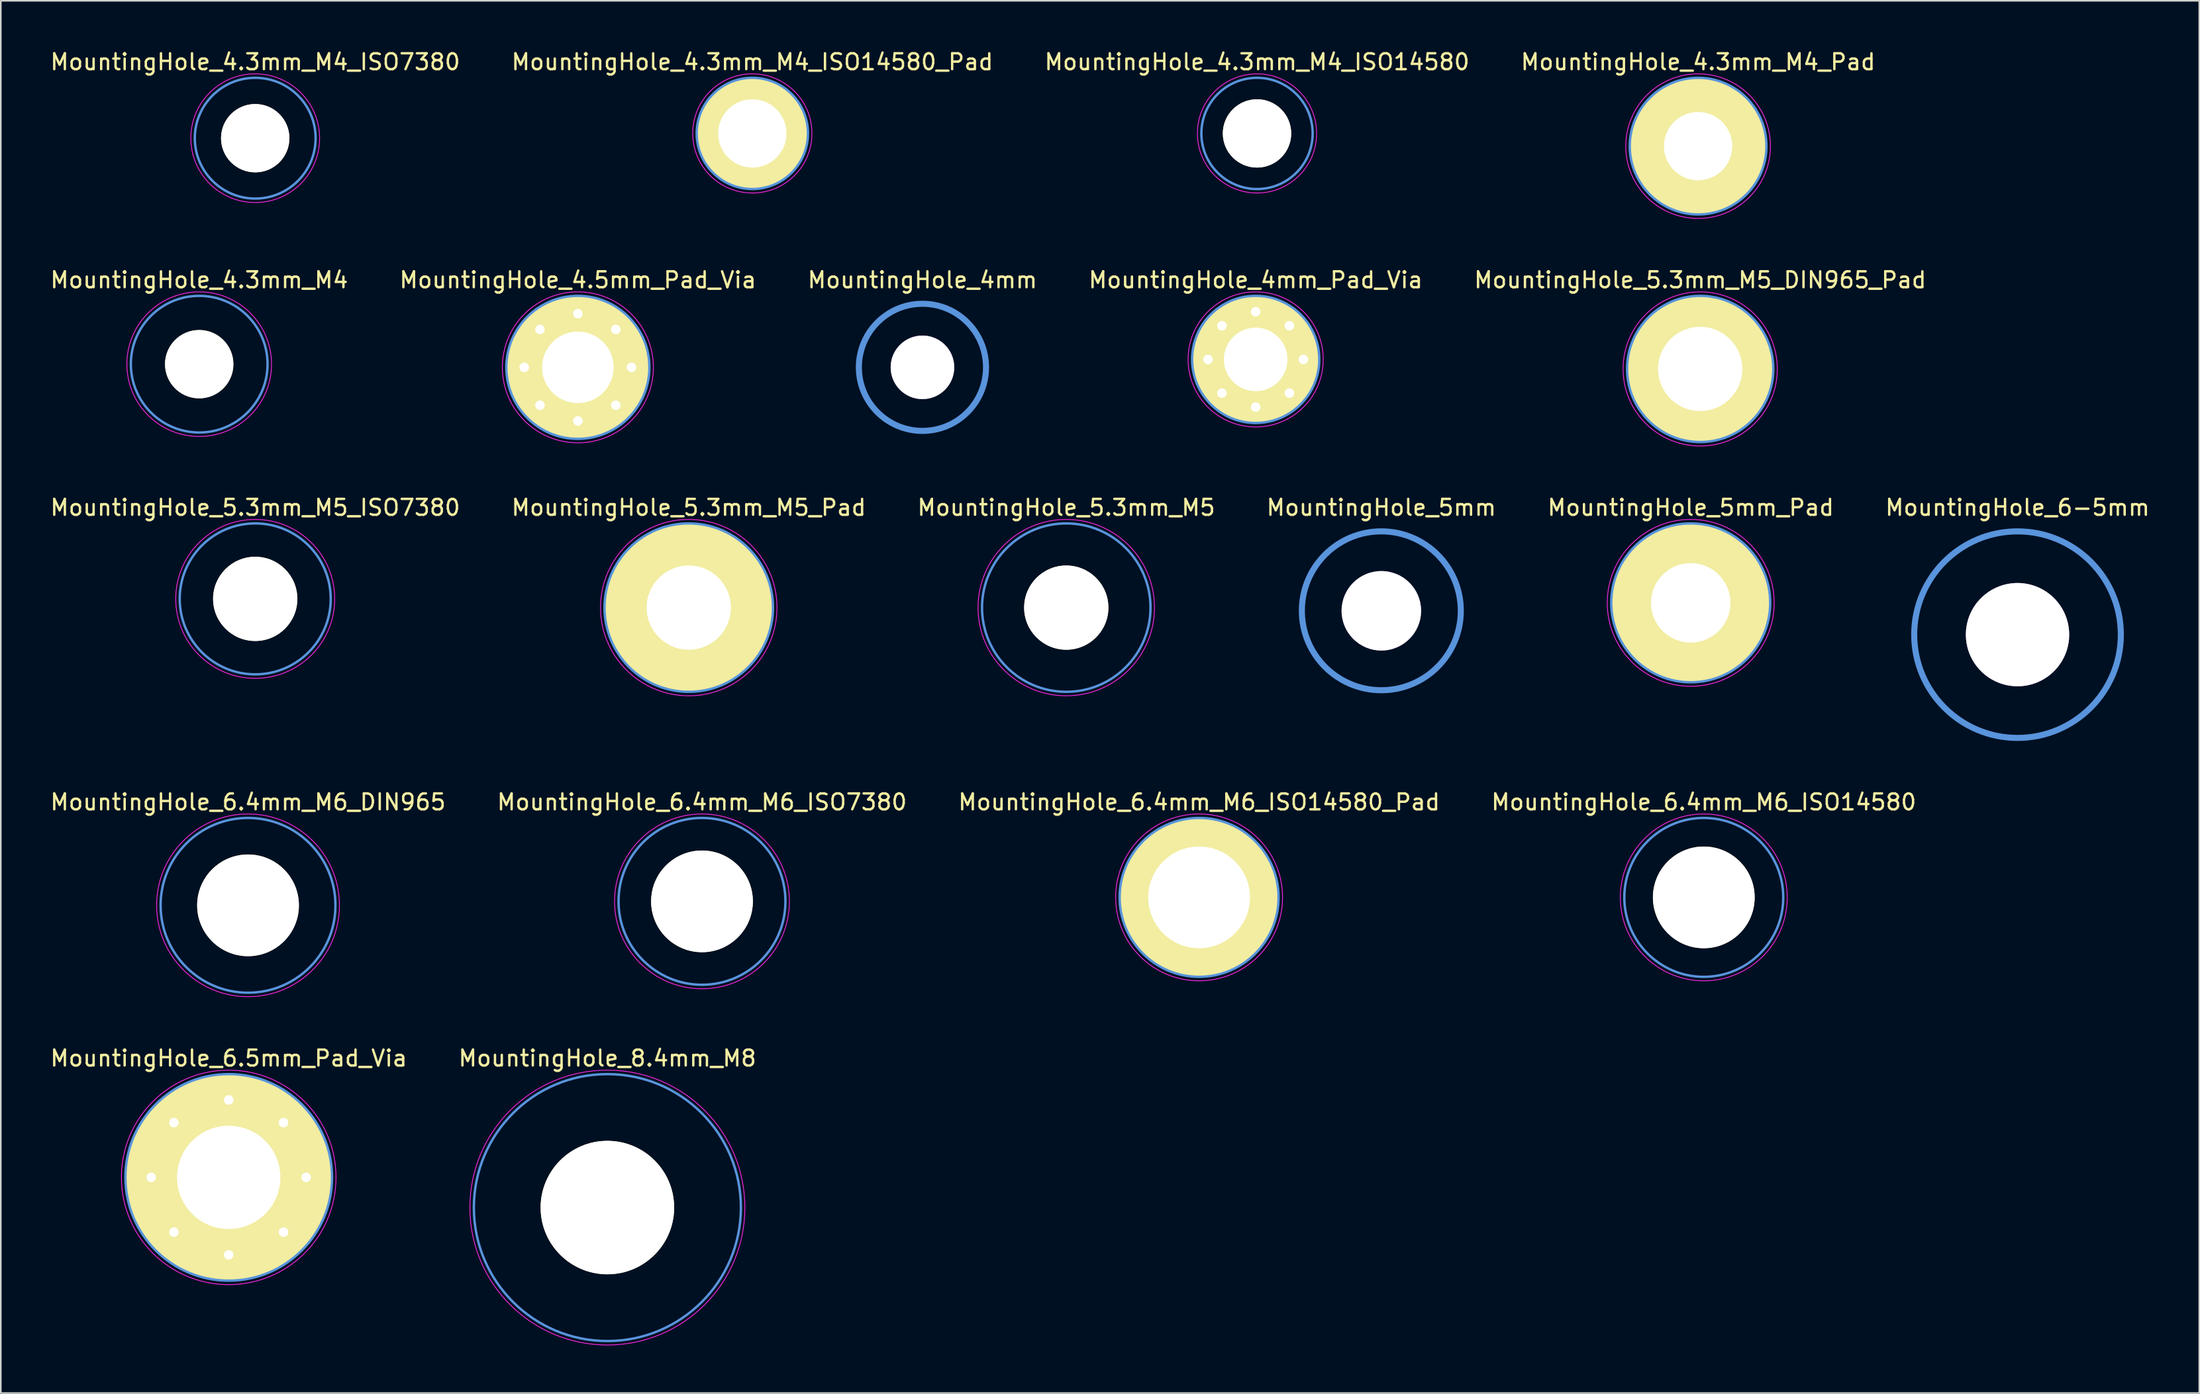
<source format=kicad_pcb>
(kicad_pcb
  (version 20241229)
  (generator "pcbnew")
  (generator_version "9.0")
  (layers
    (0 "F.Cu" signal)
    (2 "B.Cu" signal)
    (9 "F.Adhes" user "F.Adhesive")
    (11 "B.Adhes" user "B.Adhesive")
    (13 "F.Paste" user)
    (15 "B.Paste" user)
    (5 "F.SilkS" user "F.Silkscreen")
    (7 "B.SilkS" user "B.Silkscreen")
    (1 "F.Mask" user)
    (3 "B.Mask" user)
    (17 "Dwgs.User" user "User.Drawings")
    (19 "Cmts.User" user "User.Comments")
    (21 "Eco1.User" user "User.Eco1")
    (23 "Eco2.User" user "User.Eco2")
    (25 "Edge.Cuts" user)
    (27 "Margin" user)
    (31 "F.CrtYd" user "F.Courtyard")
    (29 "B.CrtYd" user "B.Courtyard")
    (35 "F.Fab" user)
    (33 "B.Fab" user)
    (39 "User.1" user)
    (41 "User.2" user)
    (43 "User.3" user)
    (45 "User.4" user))
  (footprint "MountingHole_4.3mm_M4"
    (layer "F.Cu")
    (at 9.482 19.872)
    (property "Reference" "MountingHole_4.3mm_M4" (at 0 -5.3 0) (layer "F.SilkS") (effects (font (size 1 1) (thickness 0.15))))
    (attr through_hole)
    (fp_circle (center 0 0) (end 4.3 0) (stroke (width 0.15) (type solid)) (fill no) (layer "Cmts.User"))
    (fp_circle (center 0 0) (end 4.55 0) (stroke (width 0.05) (type solid)) (fill no) (layer "F.CrtYd"))
    (pad "" np_thru_hole circle (at 0 0) (size 4.3 4.3) (drill 4.3) (layers "*.Cu" "*.Mask" "F.SilkS")))
  (footprint "MountingHole_4mm"
    (layer "F.Cu")
    (at 54.982 20.071)
    (property "Reference" "MountingHole_4mm" (at 0 -5.499 0) (layer "F.SilkS") (effects (font (size 1 1) (thickness 0.15))))
    (attr through_hole)
    (fp_circle (center 0 0) (end 4 0) (stroke (width 0.381) (type solid)) (fill no) (layer "Cmts.User"))
    (pad "" thru_hole circle (at 0 0) (size 4 4) (drill 4) (layers)))
  (footprint "MountingHole_5.3mm_M5_DIN965_Pad"
    (layer "F.Cu")
    (at 103.911 20.172)
    (property "Reference" "MountingHole_5.3mm_M5_DIN965_Pad" (at 0 -5.6 0) (layer "F.SilkS") (effects (font (size 1 1) (thickness 0.15))))
    (attr through_hole)
    (fp_circle (center 0 0) (end 4.6 0) (stroke (width 0.15) (type solid)) (fill no) (layer "Cmts.User"))
    (fp_circle (center 0 0) (end 4.85 0) (stroke (width 0.05) (type solid)) (fill no) (layer "F.CrtYd"))
    (pad "1" thru_hole circle (at 0 0) (size 9.2 9.2) (drill 5.3) (layers "*.Cu" "*.Mask" "F.SilkS")))
  (footprint "MountingHole_6.4mm_M6_DIN965"
    (layer "F.Cu")
    (at 12.554 53.934)
    (property "Reference" "MountingHole_6.4mm_M6_DIN965" (at 0 -6.5 0) (layer "F.SilkS") (effects (font (size 1 1) (thickness 0.15))))
    (attr through_hole)
    (fp_circle (center 0 0) (end 5.5 0) (stroke (width 0.15) (type solid)) (fill no) (layer "Cmts.User"))
    (fp_circle (center 0 0) (end 5.75 0) (stroke (width 0.05) (type solid)) (fill no) (layer "F.CrtYd"))
    (pad "" np_thru_hole circle (at 0 0) (size 6.4 6.4) (drill 6.4) (layers "*.Cu" "*.Mask" "F.SilkS")))
  (footprint "MountingHole_6-5mm"
    (layer "F.Cu")
    (at 123.875 36.896)
    (property "Reference" "MountingHole_6-5mm" (at 0 -8.001 0) (layer "F.SilkS") (effects (font (size 1 1) (thickness 0.15))))
    (attr through_hole)
    (fp_circle (center 0 0) (end 6.5 0) (stroke (width 0.381) (type solid)) (fill no) (layer "Cmts.User"))
    (pad "" thru_hole circle (at 0 0) (size 6.5 6.5) (drill 6.5) (layers)))
  (footprint "MountingHole_5.3mm_M5"
    (layer "F.Cu")
    (at 64.03 35.195)
    (property "Reference" "MountingHole_5.3mm_M5" (at 0 -6.3 0) (layer "F.SilkS") (effects (font (size 1 1) (thickness 0.15))))
    (attr through_hole)
    (fp_circle (center 0 0) (end 5.3 0) (stroke (width 0.15) (type solid)) (fill no) (layer "Cmts.User"))
    (fp_circle (center 0 0) (end 5.55 0) (stroke (width 0.05) (type solid)) (fill no) (layer "F.CrtYd"))
    (pad "" np_thru_hole circle (at 0 0) (size 5.3 5.3) (drill 5.3) (layers "*.Cu" "*.Mask" "F.SilkS")))
  (footprint "MountingHole_6.5mm_Pad_Via"
    (layer "F.Cu")
    (at 11.339 71.058)
    (property "Reference" "MountingHole_6.5mm_Pad_Via" (at 0 -7.5 0) (layer "F.SilkS") (effects (font (size 1 1) (thickness 0.15))))
    (attr through_hole)
    (fp_circle (center 0 0) (end 6.5 0) (stroke (width 0.15) (type solid)) (fill no) (layer "Cmts.User"))
    (fp_circle (center 0 0) (end 6.75 0) (stroke (width 0.05) (type solid)) (fill no) (layer "F.CrtYd"))
    (pad "" thru_hole circle (at -4.875 0) (size 0.7 0.7) (drill 0.6) (layers "*.Cu" "*.Mask"))
    (pad "" thru_hole circle (at -3.447 -3.447) (size 0.7 0.7) (drill 0.6) (layers "*.Cu" "*.Mask"))
    (pad "" thru_hole circle (at -3.447 3.447) (size 0.7 0.7) (drill 0.6) (layers "*.Cu" "*.Mask"))
    (pad "" thru_hole circle (at 0 -4.875) (size 0.7 0.7) (drill 0.6) (layers "*.Cu" "*.Mask"))
    (pad "" thru_hole circle (at 0 4.875) (size 0.7 0.7) (drill 0.6) (layers "*.Cu" "*.Mask"))
    (pad "" thru_hole circle (at 3.447 -3.447) (size 0.7 0.7) (drill 0.6) (layers "*.Cu" "*.Mask"))
    (pad "" thru_hole circle (at 3.447 3.447) (size 0.7 0.7) (drill 0.6) (layers "*.Cu" "*.Mask"))
    (pad "" thru_hole circle (at 4.875 0) (size 0.7 0.7) (drill 0.6) (layers "*.Cu" "*.Mask"))
    (pad "1" thru_hole circle (at 0 0) (size 13 13) (drill 6.5) (layers "*.Cu" "*.Mask" "F.SilkS")))
  (footprint "MountingHole_4.5mm_Pad_Via"
    (layer "F.Cu")
    (at 33.304 20.072)
    (property "Reference" "MountingHole_4.5mm_Pad_Via" (at 0 -5.5 0) (layer "F.SilkS") (effects (font (size 1 1) (thickness 0.15))))
    (attr through_hole)
    (fp_circle (center 0 0) (end 4.5 0) (stroke (width 0.15) (type solid)) (fill no) (layer "Cmts.User"))
    (fp_circle (center 0 0) (end 4.75 0) (stroke (width 0.05) (type solid)) (fill no) (layer "F.CrtYd"))
    (pad "" thru_hole circle (at -3.375 0) (size 0.7 0.7) (drill 0.6) (layers "*.Cu" "*.Mask"))
    (pad "" thru_hole circle (at -2.386 -2.386) (size 0.7 0.7) (drill 0.6) (layers "*.Cu" "*.Mask"))
    (pad "" thru_hole circle (at -2.386 2.386) (size 0.7 0.7) (drill 0.6) (layers "*.Cu" "*.Mask"))
    (pad "" thru_hole circle (at 0 -3.375) (size 0.7 0.7) (drill 0.6) (layers "*.Cu" "*.Mask"))
    (pad "" thru_hole circle (at 0 3.375) (size 0.7 0.7) (drill 0.6) (layers "*.Cu" "*.Mask"))
    (pad "" thru_hole circle (at 2.386 -2.386) (size 0.7 0.7) (drill 0.6) (layers "*.Cu" "*.Mask"))
    (pad "" thru_hole circle (at 2.386 2.386) (size 0.7 0.7) (drill 0.6) (layers "*.Cu" "*.Mask"))
    (pad "" thru_hole circle (at 3.375 0) (size 0.7 0.7) (drill 0.6) (layers "*.Cu" "*.Mask"))
    (pad "1" thru_hole circle (at 0 0) (size 9 9) (drill 4.5) (layers "*.Cu" "*.Mask" "F.SilkS")))
  (footprint "MountingHole_5.3mm_M5_ISO7380"
    (layer "F.Cu")
    (at 13.006 34.645)
    (property "Reference" "MountingHole_5.3mm_M5_ISO7380" (at 0 -5.75 0) (layer "F.SilkS") (effects (font (size 1 1) (thickness 0.15))))
    (attr through_hole)
    (fp_circle (center 0 0) (end 4.75 0) (stroke (width 0.15) (type solid)) (fill no) (layer "Cmts.User"))
    (fp_circle (center 0 0) (end 5 0) (stroke (width 0.05) (type solid)) (fill no) (layer "F.CrtYd"))
    (pad "" np_thru_hole circle (at 0 0) (size 5.3 5.3) (drill 5.3) (layers "*.Cu" "*.Mask" "F.SilkS")))
  (footprint "MountingHole_5.3mm_M5_Pad"
    (layer "F.Cu")
    (at 40.28 35.195)
    (property "Reference" "MountingHole_5.3mm_M5_Pad" (at 0 -6.3 0) (layer "F.SilkS") (effects (font (size 1 1) (thickness 0.15))))
    (attr through_hole)
    (fp_circle (center 0 0) (end 5.3 0) (stroke (width 0.15) (type solid)) (fill no) (layer "Cmts.User"))
    (fp_circle (center 0 0) (end 5.55 0) (stroke (width 0.05) (type solid)) (fill no) (layer "F.CrtYd"))
    (pad "1" thru_hole circle (at 0 0) (size 10.6 10.6) (drill 5.3) (layers "*.Cu" "*.Mask" "F.SilkS")))
  (footprint "MountingHole_4mm_Pad_Via"
    (layer "F.Cu")
    (at 75.946 19.572)
    (property "Reference" "MountingHole_4mm_Pad_Via" (at 0 -5 0) (layer "F.SilkS") (effects (font (size 1 1) (thickness 0.15))))
    (attr through_hole)
    (fp_circle (center 0 0) (end 4 0) (stroke (width 0.15) (type solid)) (fill no) (layer "Cmts.User"))
    (fp_circle (center 0 0) (end 4.25 0) (stroke (width 0.05) (type solid)) (fill no) (layer "F.CrtYd"))
    (pad "" thru_hole circle (at -3 0) (size 0.7 0.7) (drill 0.6) (layers "*.Cu" "*.Mask"))
    (pad "" thru_hole circle (at -2.121 -2.121) (size 0.7 0.7) (drill 0.6) (layers "*.Cu" "*.Mask"))
    (pad "" thru_hole circle (at -2.121 2.121) (size 0.7 0.7) (drill 0.6) (layers "*.Cu" "*.Mask"))
    (pad "" thru_hole circle (at 0 -3) (size 0.7 0.7) (drill 0.6) (layers "*.Cu" "*.Mask"))
    (pad "" thru_hole circle (at 0 3) (size 0.7 0.7) (drill 0.6) (layers "*.Cu" "*.Mask"))
    (pad "" thru_hole circle (at 2.121 -2.121) (size 0.7 0.7) (drill 0.6) (layers "*.Cu" "*.Mask"))
    (pad "" thru_hole circle (at 2.121 2.121) (size 0.7 0.7) (drill 0.6) (layers "*.Cu" "*.Mask"))
    (pad "" thru_hole circle (at 3 0) (size 0.7 0.7) (drill 0.6) (layers "*.Cu" "*.Mask"))
    (pad "1" thru_hole circle (at 0 0) (size 8 8) (drill 4) (layers "*.Cu" "*.Mask" "F.SilkS")))
  (footprint "MountingHole_6.4mm_M6_ISO7380"
    (layer "F.Cu")
    (at 41.113 53.684)
    (property "Reference" "MountingHole_6.4mm_M6_ISO7380" (at 0 -6.25 0) (layer "F.SilkS") (effects (font (size 1 1) (thickness 0.15))))
    (attr through_hole)
    (fp_circle (center 0 0) (end 5.25 0) (stroke (width 0.15) (type solid)) (fill no) (layer "Cmts.User"))
    (fp_circle (center 0 0) (end 5.5 0) (stroke (width 0.05) (type solid)) (fill no) (layer "F.CrtYd"))
    (pad "" np_thru_hole circle (at 0 0) (size 6.4 6.4) (drill 6.4) (layers "*.Cu" "*.Mask" "F.SilkS")))
  (footprint "MountingHole_6.4mm_M6_ISO14580"
    (layer "F.Cu")
    (at 104.137 53.434)
    (property "Reference" "MountingHole_6.4mm_M6_ISO14580" (at 0 -6 0) (layer "F.SilkS") (effects (font (size 1 1) (thickness 0.15))))
    (attr through_hole)
    (fp_circle (center 0 0) (end 5 0) (stroke (width 0.15) (type solid)) (fill no) (layer "Cmts.User"))
    (fp_circle (center 0 0) (end 5.25 0) (stroke (width 0.05) (type solid)) (fill no) (layer "F.CrtYd"))
    (pad "" np_thru_hole circle (at 0 0) (size 6.4 6.4) (drill 6.4) (layers "*.Cu" "*.Mask" "F.SilkS")))
  (footprint "MountingHole_5mm"
    (layer "F.Cu")
    (at 83.851 35.395)
    (property "Reference" "MountingHole_5mm" (at 0 -6.5 0) (layer "F.SilkS") (effects (font (size 1 1) (thickness 0.15))))
    (attr through_hole)
    (fp_circle (center 0 0) (end 5 0) (stroke (width 0.381) (type solid)) (fill no) (layer "Cmts.User"))
    (pad "" thru_hole circle (at 0 0) (size 5 5) (drill 5) (layers)))
  (footprint "MountingHole_4.3mm_M4_Pad"
    (layer "F.Cu")
    (at 103.78 6.148)
    (property "Reference" "MountingHole_4.3mm_M4_Pad" (at 0 -5.3 0) (layer "F.SilkS") (effects (font (size 1 1) (thickness 0.15))))
    (attr through_hole)
    (fp_circle (center 0 0) (end 4.3 0) (stroke (width 0.15) (type solid)) (fill no) (layer "Cmts.User"))
    (fp_circle (center 0 0) (end 4.55 0) (stroke (width 0.05) (type solid)) (fill no) (layer "F.CrtYd"))
    (pad "1" thru_hole circle (at 0 0) (size 8.6 8.6) (drill 4.3) (layers "*.Cu" "*.Mask" "F.SilkS")))
  (footprint "MountingHole_4.3mm_M4_ISO14580"
    (layer "F.Cu")
    (at 76.03 5.348)
    (property "Reference" "MountingHole_4.3mm_M4_ISO14580" (at 0 -4.5 0) (layer "F.SilkS") (effects (font (size 1 1) (thickness 0.15))))
    (attr through_hole)
    (fp_circle (center 0 0) (end 3.5 0) (stroke (width 0.15) (type solid)) (fill no) (layer "Cmts.User"))
    (fp_circle (center 0 0) (end 3.75 0) (stroke (width 0.05) (type solid)) (fill no) (layer "F.CrtYd"))
    (pad "" np_thru_hole circle (at 0 0) (size 4.3 4.3) (drill 4.3) (layers "*.Cu" "*.Mask" "F.SilkS")))
  (footprint "MountingHole_8.4mm_M8"
    (layer "F.Cu")
    (at 35.161 72.958)
    (property "Reference" "MountingHole_8.4mm_M8" (at 0 -9.4 0) (layer "F.SilkS") (effects (font (size 1 1) (thickness 0.15))))
    (attr through_hole)
    (fp_circle (center 0 0) (end 8.4 0) (stroke (width 0.15) (type solid)) (fill no) (layer "Cmts.User"))
    (fp_circle (center 0 0) (end 8.65 0) (stroke (width 0.05) (type solid)) (fill no) (layer "F.CrtYd"))
    (pad "" np_thru_hole circle (at 0 0) (size 8.4 8.4) (drill 8.4) (layers "*.Cu" "*.Mask" "F.SilkS")))
  (footprint "MountingHole_5mm_Pad"
    (layer "F.Cu")
    (at 103.315 34.895)
    (property "Reference" "MountingHole_5mm_Pad" (at 0 -6 0) (layer "F.SilkS") (effects (font (size 1 1) (thickness 0.15))))
    (attr through_hole)
    (fp_circle (center 0 0) (end 5 0) (stroke (width 0.15) (type solid)) (fill no) (layer "Cmts.User"))
    (fp_circle (center 0 0) (end 5.25 0) (stroke (width 0.05) (type solid)) (fill no) (layer "F.CrtYd"))
    (pad "1" thru_hole circle (at 0 0) (size 10 10) (drill 5) (layers "*.Cu" "*.Mask" "F.SilkS")))
  (footprint "MountingHole_4.3mm_M4_ISO7380"
    (layer "F.Cu")
    (at 13.006 5.648)
    (property "Reference" "MountingHole_4.3mm_M4_ISO7380" (at 0 -4.8 0) (layer "F.SilkS") (effects (font (size 1 1) (thickness 0.15))))
    (attr through_hole)
    (fp_circle (center 0 0) (end 3.8 0) (stroke (width 0.15) (type solid)) (fill no) (layer "Cmts.User"))
    (fp_circle (center 0 0) (end 4.05 0) (stroke (width 0.05) (type solid)) (fill no) (layer "F.CrtYd"))
    (pad "" np_thru_hole circle (at 0 0) (size 4.3 4.3) (drill 4.3) (layers "*.Cu" "*.Mask" "F.SilkS")))
  (footprint "MountingHole_4.3mm_M4_ISO14580_Pad"
    (layer "F.Cu")
    (at 44.28 5.348)
    (property "Reference" "MountingHole_4.3mm_M4_ISO14580_Pad" (at 0 -4.5 0) (layer "F.SilkS") (effects (font (size 1 1) (thickness 0.15))))
    (attr through_hole)
    (fp_circle (center 0 0) (end 3.5 0) (stroke (width 0.15) (type solid)) (fill no) (layer "Cmts.User"))
    (fp_circle (center 0 0) (end 3.75 0) (stroke (width 0.05) (type solid)) (fill no) (layer "F.CrtYd"))
    (pad "1" thru_hole circle (at 0 0) (size 7 7) (drill 4.3) (layers "*.Cu" "*.Mask" "F.SilkS")))
  (footprint "MountingHole_6.4mm_M6_ISO14580_Pad"
    (layer "F.Cu")
    (at 72.387 53.434)
    (property "Reference" "MountingHole_6.4mm_M6_ISO14580_Pad" (at 0 -6 0) (layer "F.SilkS") (effects (font (size 1 1) (thickness 0.15))))
    (attr through_hole)
    (fp_circle (center 0 0) (end 5 0) (stroke (width 0.15) (type solid)) (fill no) (layer "Cmts.User"))
    (fp_circle (center 0 0) (end 5.25 0) (stroke (width 0.05) (type solid)) (fill no) (layer "F.CrtYd"))
    (pad "1" thru_hole circle (at 0 0) (size 10 10) (drill 6.4) (layers "*.Cu" "*.Mask" "F.SilkS")))
  (gr_rect
    (start -3 -3)
    (end 135.31 84.633)
    (stroke (width 0.1) (type default))
    (fill no)
    (layer "Edge.Cuts")))
</source>
